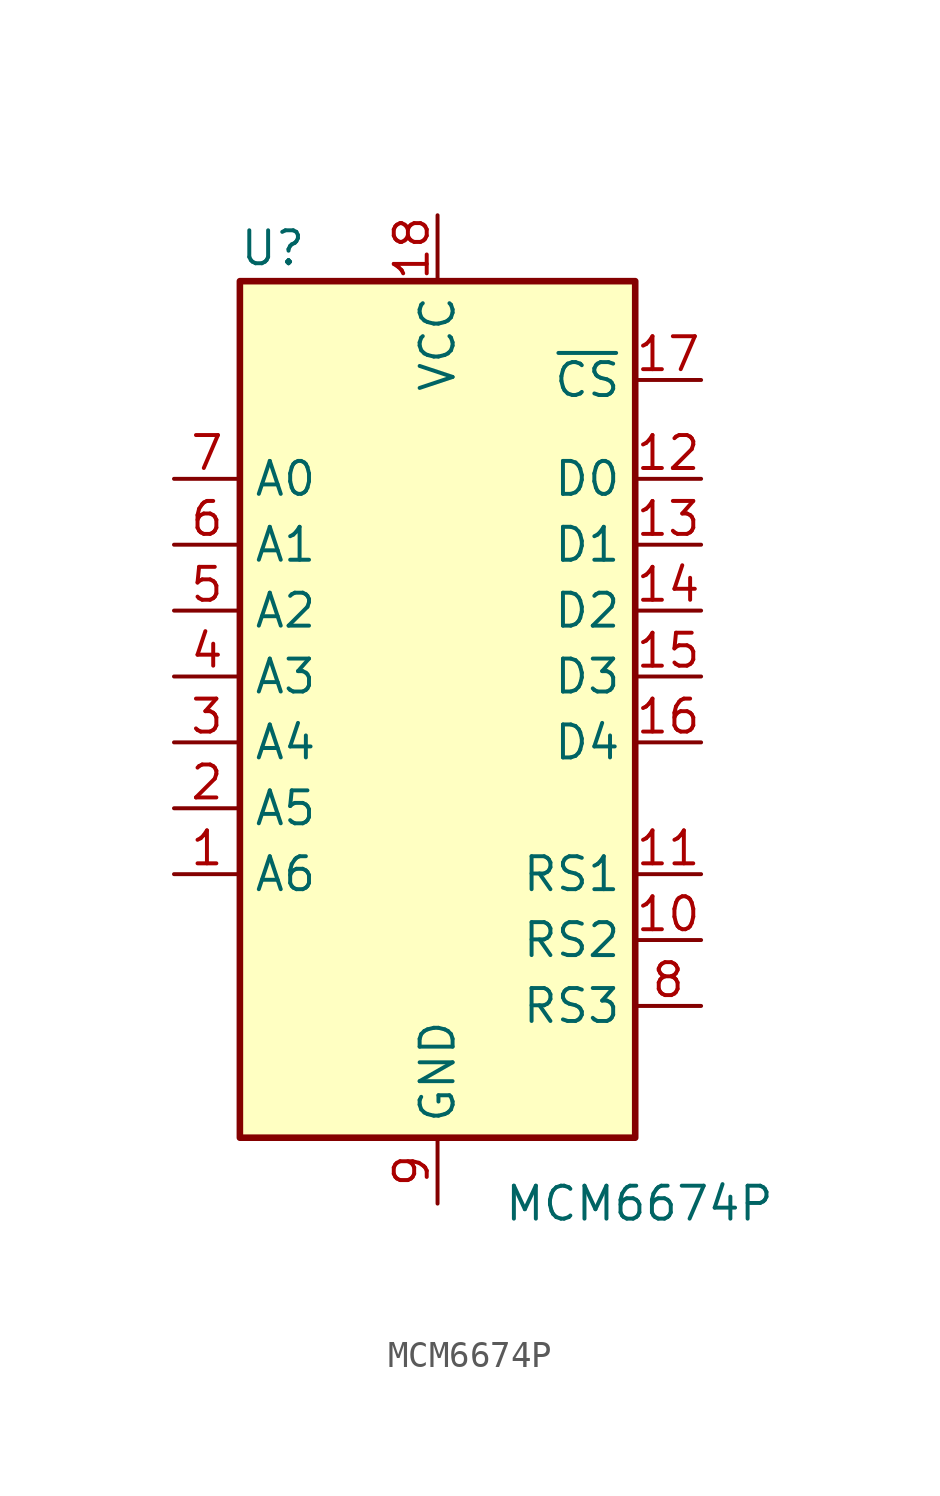
<source format=kicad_sym>
(kicad_symbol_lib
  (version 20211014)
  (generator kicad_symbol_editor)
  (symbol "MCM6674P"
    (property "Reference" "U"
      (at -6.35 16.51 0)
      (effects (font (size 1.27 1.27))))
    (property "Value" "MCM6674P"
      (at 2.54 -20.32 0)
      (effects (font (size 1.27 1.27)) (justify left)))
    (symbol "MCM6674P_1_1"
      (rectangle (start -7.62 15.24) (end 7.62 -17.78) (stroke (width 0.254) (type default) (color 0 0 0 0)) (fill (type background)))
      (pin input line (at -10.16 -7.62 0) (length 2.54) (name "A6" (effects (font (size 1.27 1.27)))) (number "1" (effects (font (size 1.27 1.27)))))
      (pin input line (at 10.16 -10.16 180) (length 2.54) (name "RS2" (effects (font (size 1.27 1.27)))) (number "10" (effects (font (size 1.27 1.27)))))
      (pin input line (at 10.16 -7.62 180) (length 2.54) (name "RS1" (effects (font (size 1.27 1.27)))) (number "11" (effects (font (size 1.27 1.27)))))
      (pin output line (at 10.16 7.62 180) (length 2.54) (name "D0" (effects (font (size 1.27 1.27)))) (number "12" (effects (font (size 1.27 1.27)))))
      (pin output line (at 10.16 5.08 180) (length 2.54) (name "D1" (effects (font (size 1.27 1.27)))) (number "13" (effects (font (size 1.27 1.27)))))
      (pin output line (at 10.16 2.54 180) (length 2.54) (name "D2" (effects (font (size 1.27 1.27)))) (number "14" (effects (font (size 1.27 1.27)))))
      (pin output line (at 10.16 0 180) (length 2.54) (name "D3" (effects (font (size 1.27 1.27)))) (number "15" (effects (font (size 1.27 1.27)))))
      (pin output line (at 10.16 -2.54 180) (length 2.54) (name "D4" (effects (font (size 1.27 1.27)))) (number "16" (effects (font (size 1.27 1.27)))))
      (pin input line (at 10.16 11.43 180) (length 2.54) (name "~{CS}" (effects (font (size 1.27 1.27)))) (number "17" (effects (font (size 1.27 1.27)))))
      (pin power_in line (at 0 17.78 270) (length 2.54) (name "VCC" (effects (font (size 1.27 1.27)))) (number "18" (effects (font (size 1.27 1.27)))))
      (pin input line (at -10.16 -5.08 0) (length 2.54) (name "A5" (effects (font (size 1.27 1.27)))) (number "2" (effects (font (size 1.27 1.27)))))
      (pin input line (at -10.16 -2.54 0) (length 2.54) (name "A4" (effects (font (size 1.27 1.27)))) (number "3" (effects (font (size 1.27 1.27)))))
      (pin input line (at -10.16 0 0) (length 2.54) (name "A3" (effects (font (size 1.27 1.27)))) (number "4" (effects (font (size 1.27 1.27)))))
      (pin input line (at -10.16 2.54 0) (length 2.54) (name "A2" (effects (font (size 1.27 1.27)))) (number "5" (effects (font (size 1.27 1.27)))))
      (pin input line (at -10.16 5.08 0) (length 2.54) (name "A1" (effects (font (size 1.27 1.27)))) (number "6" (effects (font (size 1.27 1.27)))))
      (pin input line (at -10.16 7.62 0) (length 2.54) (name "A0" (effects (font (size 1.27 1.27)))) (number "7" (effects (font (size 1.27 1.27)))))
      (pin input line (at 10.16 -12.7 180) (length 2.54) (name "RS3" (effects (font (size 1.27 1.27)))) (number "8" (effects (font (size 1.27 1.27)))))
      (pin power_in line (at 0 -20.32 90) (length 2.54) (name "GND" (effects (font (size 1.27 1.27)))) (number "9" (effects (font (size 1.27 1.27))))))))
</source>
